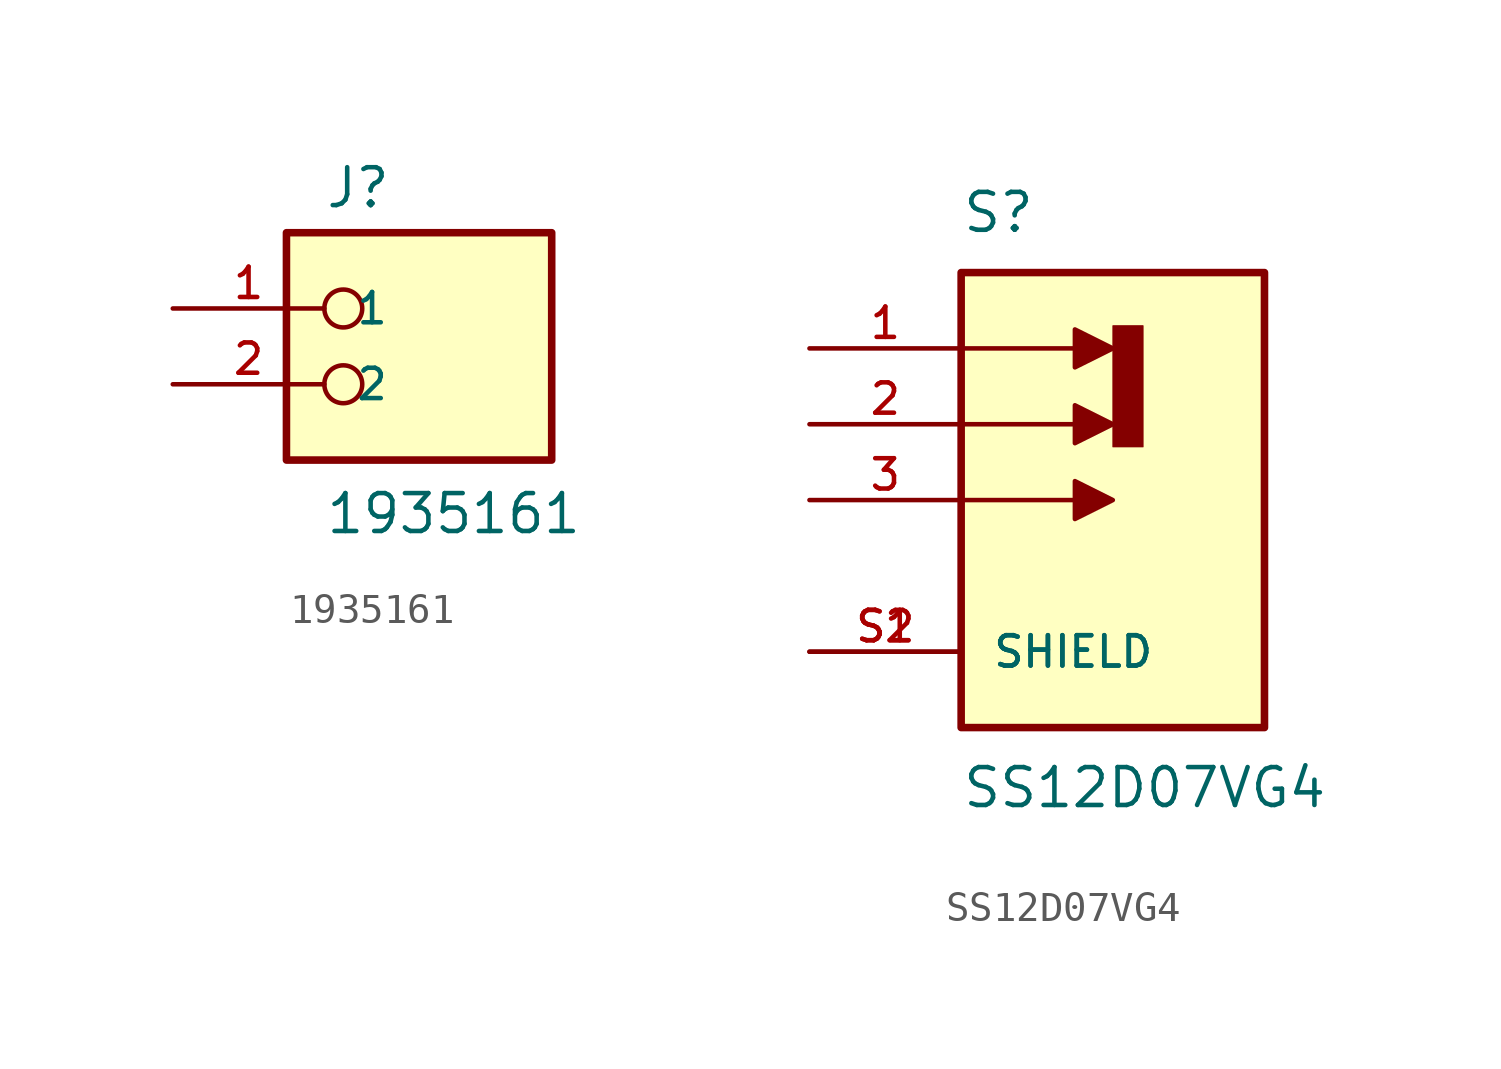
<source format=kicad_sym>
(kicad_symbol_lib
  (version 20220914)
  (generator kicad_symbol_editor)
  (symbol "1935161"
    (pin_names
      (offset 1.016))
    (property "Reference" "J"
      (at -2.54 3.302 0)
      (effects (font (size 1.27 1.27)) (justify left bottom)))
    (property "Value" "1935161"
      (at -2.54 -7.62 0)
      (effects (font (size 1.27 1.27)) (justify left bottom)))
    (symbol "1935161_0_0"
      (rectangle (start -3.81 2.54) (end 5.08 -5.08) (stroke (width 0.254) (type default)) (fill (type background)))
      (circle (center -1.905 -2.54) (radius 0.635) (stroke (width 0.152) (type default)) (fill (type none)))
      (circle (center -1.905 0) (radius 0.635) (stroke (width 0.152) (type default)) (fill (type none)))
      (pin passive line (at -7.62 0 0) (length 5.08) (name "1" (effects (font (size 1.016 1.016)))) (number "1" (effects (font (size 1.016 1.016)))))
      (pin passive line (at -7.62 -2.54 0) (length 5.08) (name "2" (effects (font (size 1.016 1.016)))) (number "2" (effects (font (size 1.016 1.016)))))))
  (symbol "SS12D07VG4"
    (pin_names
      (offset 1.016))
    (property "Reference" "S"
      (at -5.08 8.89 0)
      (effects (font (size 1.27 1.27)) (justify left bottom)))
    (property "Value" "SS12D07VG4"
      (at -5.08 -8.89 0)
      (effects (font (size 1.27 1.27)) (justify left top)))
    (symbol "SS12D07VG4_0_0"
      (rectangle (start -5.08 -7.62) (end 5.08 7.62) (stroke (width 0.254) (type default)) (fill (type background)))
      (polyline (pts (xy -5.08 0) (xy -1.27 0)) (stroke (width 0.152) (type default)) (fill (type none)))
      (polyline (pts (xy -5.08 2.54) (xy -1.27 2.54)) (stroke (width 0.152) (type default)) (fill (type none)))
      (polyline (pts (xy -5.08 5.08) (xy -1.27 5.08)) (stroke (width 0.152) (type default)) (fill (type none)))
      (polyline (pts (xy -1.27 0.635) (xy -1.27 -0.635) (xy 0 0) (xy -1.27 0.635)) (stroke (width 0.152) (type default)) (fill (type outline)))
      (polyline (pts (xy -1.27 3.175) (xy -1.27 1.905) (xy 0 2.54) (xy -1.27 3.175)) (stroke (width 0.152) (type default)) (fill (type outline)))
      (polyline (pts (xy -1.27 5.715) (xy -1.27 4.445) (xy 0 5.08) (xy -1.27 5.715)) (stroke (width 0.152) (type default)) (fill (type outline)))
      (polyline (pts (xy 0 5.842) (xy 0 1.778) (xy 1.016 1.778) (xy 1.016 5.842) (xy 0 5.842)) (stroke (width 0.025) (type default)) (fill (type outline)))
      (pin passive line (at -10.16 5.08 0) (length 5.08) (name "~" (effects (font (size 1.016 1.016)))) (number "1" (effects (font (size 1.016 1.016)))))
      (pin passive line (at -10.16 2.54 0) (length 5.08) (name "~" (effects (font (size 1.016 1.016)))) (number "2" (effects (font (size 1.016 1.016)))))
      (pin passive line (at -10.16 0 0) (length 5.08) (name "~" (effects (font (size 1.016 1.016)))) (number "3" (effects (font (size 1.016 1.016)))))
      (pin passive line (at -10.16 -5.08 0) (length 5.08) (name "SHIELD" (effects (font (size 1.016 1.016)))) (number "S1" (effects (font (size 1.016 1.016)))))
      (pin passive line (at -10.16 -5.08 0) (length 5.08) (name "SHIELD" (effects (font (size 1.016 1.016)))) (number "S2" (effects (font (size 1.016 1.016))))))))
</source>
